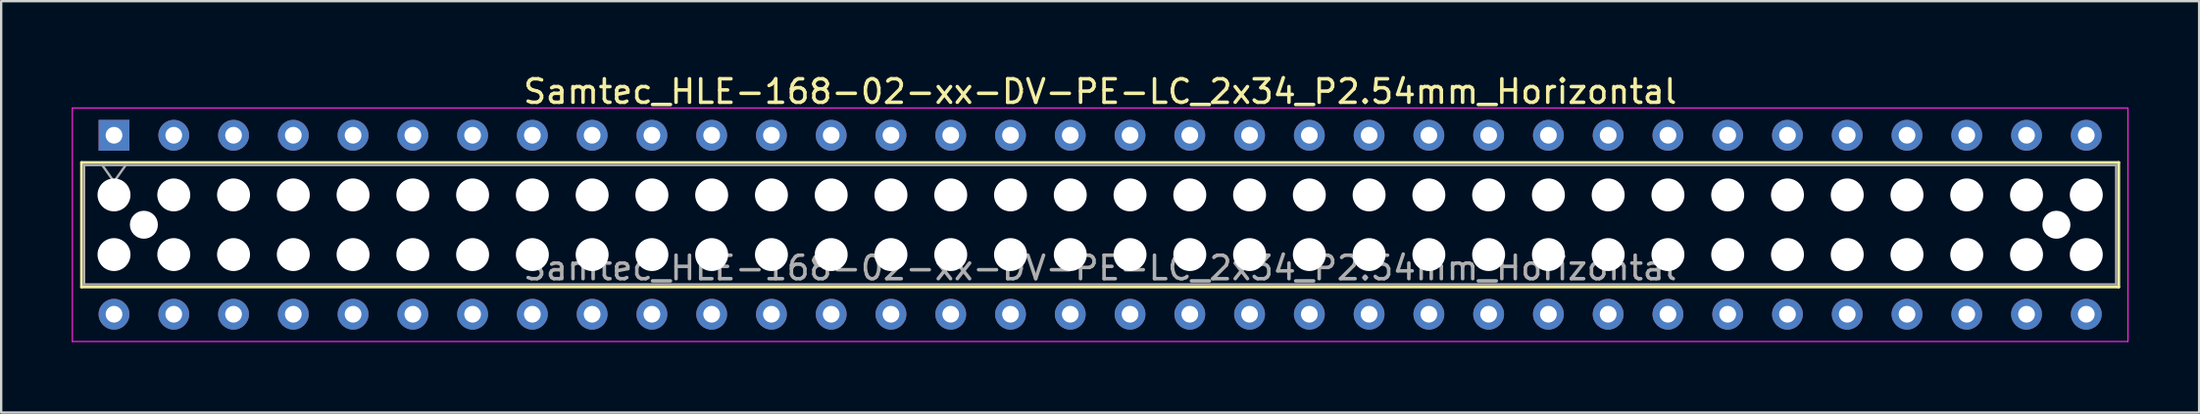
<source format=kicad_pcb>
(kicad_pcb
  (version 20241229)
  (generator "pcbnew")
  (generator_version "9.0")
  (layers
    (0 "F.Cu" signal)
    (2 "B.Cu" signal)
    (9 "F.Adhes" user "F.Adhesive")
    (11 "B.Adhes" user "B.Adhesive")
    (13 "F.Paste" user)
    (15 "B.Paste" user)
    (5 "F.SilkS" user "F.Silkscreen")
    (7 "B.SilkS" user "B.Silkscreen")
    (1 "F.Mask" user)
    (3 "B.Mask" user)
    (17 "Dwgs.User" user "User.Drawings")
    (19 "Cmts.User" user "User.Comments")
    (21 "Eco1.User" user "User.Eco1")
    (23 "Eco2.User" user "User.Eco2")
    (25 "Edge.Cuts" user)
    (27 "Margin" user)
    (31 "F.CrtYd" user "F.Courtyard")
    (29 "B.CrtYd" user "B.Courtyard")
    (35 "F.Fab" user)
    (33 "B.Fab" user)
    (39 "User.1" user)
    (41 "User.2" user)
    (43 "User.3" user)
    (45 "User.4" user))
  (footprint "Samtec_HLE-168-02-xx-DV-PE-LC_2x34_P2.54mm_Horizontal"
    (layer "F.Cu")
    (at 1.795 2.708)
    (property "Reference" "Samtec_HLE-168-02-xx-DV-PE-LC_2x34_P2.54mm_Horizontal" (at 41.91 -1.86 0) (layer "F.SilkS") (effects (font (size 1 1) (thickness 0.15))))
    (attr through_hole)
    (fp_line (start -1.38 1.16) (end 85.2 1.16) (stroke (width 0.12) (type solid)) (layer "F.SilkS"))
    (fp_line (start -1.38 6.46) (end -1.38 1.16) (stroke (width 0.12) (type solid)) (layer "F.SilkS"))
    (fp_line (start 85.2 1.16) (end 85.2 6.46) (stroke (width 0.12) (type solid)) (layer "F.SilkS"))
    (fp_line (start 85.2 6.46) (end -1.38 6.46) (stroke (width 0.12) (type solid)) (layer "F.SilkS"))
    (fp_line (start -1.77 -1.16) (end 85.59 -1.16) (stroke (width 0.05) (type solid)) (layer "F.CrtYd"))
    (fp_line (start -1.77 8.78) (end -1.77 -1.16) (stroke (width 0.05) (type solid)) (layer "F.CrtYd"))
    (fp_line (start 85.59 -1.16) (end 85.59 8.78) (stroke (width 0.05) (type solid)) (layer "F.CrtYd"))
    (fp_line (start 85.59 8.78) (end -1.77 8.78) (stroke (width 0.05) (type solid)) (layer "F.CrtYd"))
    (fp_line (start -1.27 1.27) (end 85.09 1.27) (stroke (width 0.1) (type solid)) (layer "F.Fab"))
    (fp_line (start -1.27 6.35) (end -1.27 1.27) (stroke (width 0.1) (type solid)) (layer "F.Fab"))
    (fp_line (start -0.5 1.27) (end 0 1.977) (stroke (width 0.1) (type solid)) (layer "F.Fab"))
    (fp_line (start 0 1.977) (end 0.5 1.27) (stroke (width 0.1) (type solid)) (layer "F.Fab"))
    (fp_line (start 85.09 1.27) (end 85.09 6.35) (stroke (width 0.1) (type solid)) (layer "F.Fab"))
    (fp_line (start 85.09 6.35) (end -1.27 6.35) (stroke (width 0.1) (type solid)) (layer "F.Fab"))
    (fp_text user "${REFERENCE}" (at 41.91 5.65 0) (layer "F.Fab") (effects (font (size 1 1) (thickness 0.15))))
    (pad "" np_thru_hole circle (at 0 2.54) (size 1.4 1.4) (drill 1.4) (layers "*.Cu" "*.Mask"))
    (pad "" np_thru_hole circle (at 0 5.08) (size 1.4 1.4) (drill 1.4) (layers "*.Cu" "*.Mask"))
    (pad "" np_thru_hole circle (at 1.27 3.81) (size 1.19 1.19) (drill 1.19) (layers "*.Cu" "*.Mask"))
    (pad "" np_thru_hole circle (at 2.54 2.54) (size 1.4 1.4) (drill 1.4) (layers "*.Cu" "*.Mask"))
    (pad "" np_thru_hole circle (at 2.54 5.08) (size 1.4 1.4) (drill 1.4) (layers "*.Cu" "*.Mask"))
    (pad "" np_thru_hole circle (at 5.08 2.54) (size 1.4 1.4) (drill 1.4) (layers "*.Cu" "*.Mask"))
    (pad "" np_thru_hole circle (at 5.08 5.08) (size 1.4 1.4) (drill 1.4) (layers "*.Cu" "*.Mask"))
    (pad "" np_thru_hole circle (at 7.62 2.54) (size 1.4 1.4) (drill 1.4) (layers "*.Cu" "*.Mask"))
    (pad "" np_thru_hole circle (at 7.62 5.08) (size 1.4 1.4) (drill 1.4) (layers "*.Cu" "*.Mask"))
    (pad "" np_thru_hole circle (at 10.16 2.54) (size 1.4 1.4) (drill 1.4) (layers "*.Cu" "*.Mask"))
    (pad "" np_thru_hole circle (at 10.16 5.08) (size 1.4 1.4) (drill 1.4) (layers "*.Cu" "*.Mask"))
    (pad "" np_thru_hole circle (at 12.7 2.54) (size 1.4 1.4) (drill 1.4) (layers "*.Cu" "*.Mask"))
    (pad "" np_thru_hole circle (at 12.7 5.08) (size 1.4 1.4) (drill 1.4) (layers "*.Cu" "*.Mask"))
    (pad "" np_thru_hole circle (at 15.24 2.54) (size 1.4 1.4) (drill 1.4) (layers "*.Cu" "*.Mask"))
    (pad "" np_thru_hole circle (at 15.24 5.08) (size 1.4 1.4) (drill 1.4) (layers "*.Cu" "*.Mask"))
    (pad "" np_thru_hole circle (at 17.78 2.54) (size 1.4 1.4) (drill 1.4) (layers "*.Cu" "*.Mask"))
    (pad "" np_thru_hole circle (at 17.78 5.08) (size 1.4 1.4) (drill 1.4) (layers "*.Cu" "*.Mask"))
    (pad "" np_thru_hole circle (at 20.32 2.54) (size 1.4 1.4) (drill 1.4) (layers "*.Cu" "*.Mask"))
    (pad "" np_thru_hole circle (at 20.32 5.08) (size 1.4 1.4) (drill 1.4) (layers "*.Cu" "*.Mask"))
    (pad "" np_thru_hole circle (at 22.86 2.54) (size 1.4 1.4) (drill 1.4) (layers "*.Cu" "*.Mask"))
    (pad "" np_thru_hole circle (at 22.86 5.08) (size 1.4 1.4) (drill 1.4) (layers "*.Cu" "*.Mask"))
    (pad "" np_thru_hole circle (at 25.4 2.54) (size 1.4 1.4) (drill 1.4) (layers "*.Cu" "*.Mask"))
    (pad "" np_thru_hole circle (at 25.4 5.08) (size 1.4 1.4) (drill 1.4) (layers "*.Cu" "*.Mask"))
    (pad "" np_thru_hole circle (at 27.94 2.54) (size 1.4 1.4) (drill 1.4) (layers "*.Cu" "*.Mask"))
    (pad "" np_thru_hole circle (at 27.94 5.08) (size 1.4 1.4) (drill 1.4) (layers "*.Cu" "*.Mask"))
    (pad "" np_thru_hole circle (at 30.48 2.54) (size 1.4 1.4) (drill 1.4) (layers "*.Cu" "*.Mask"))
    (pad "" np_thru_hole circle (at 30.48 5.08) (size 1.4 1.4) (drill 1.4) (layers "*.Cu" "*.Mask"))
    (pad "" np_thru_hole circle (at 33.02 2.54) (size 1.4 1.4) (drill 1.4) (layers "*.Cu" "*.Mask"))
    (pad "" np_thru_hole circle (at 33.02 5.08) (size 1.4 1.4) (drill 1.4) (layers "*.Cu" "*.Mask"))
    (pad "" np_thru_hole circle (at 35.56 2.54) (size 1.4 1.4) (drill 1.4) (layers "*.Cu" "*.Mask"))
    (pad "" np_thru_hole circle (at 35.56 5.08) (size 1.4 1.4) (drill 1.4) (layers "*.Cu" "*.Mask"))
    (pad "" np_thru_hole circle (at 38.1 2.54) (size 1.4 1.4) (drill 1.4) (layers "*.Cu" "*.Mask"))
    (pad "" np_thru_hole circle (at 38.1 5.08) (size 1.4 1.4) (drill 1.4) (layers "*.Cu" "*.Mask"))
    (pad "" np_thru_hole circle (at 40.64 2.54) (size 1.4 1.4) (drill 1.4) (layers "*.Cu" "*.Mask"))
    (pad "" np_thru_hole circle (at 40.64 5.08) (size 1.4 1.4) (drill 1.4) (layers "*.Cu" "*.Mask"))
    (pad "" np_thru_hole circle (at 43.18 2.54) (size 1.4 1.4) (drill 1.4) (layers "*.Cu" "*.Mask"))
    (pad "" np_thru_hole circle (at 43.18 5.08) (size 1.4 1.4) (drill 1.4) (layers "*.Cu" "*.Mask"))
    (pad "" np_thru_hole circle (at 45.72 2.54) (size 1.4 1.4) (drill 1.4) (layers "*.Cu" "*.Mask"))
    (pad "" np_thru_hole circle (at 45.72 5.08) (size 1.4 1.4) (drill 1.4) (layers "*.Cu" "*.Mask"))
    (pad "" np_thru_hole circle (at 48.26 2.54) (size 1.4 1.4) (drill 1.4) (layers "*.Cu" "*.Mask"))
    (pad "" np_thru_hole circle (at 48.26 5.08) (size 1.4 1.4) (drill 1.4) (layers "*.Cu" "*.Mask"))
    (pad "" np_thru_hole circle (at 50.8 2.54) (size 1.4 1.4) (drill 1.4) (layers "*.Cu" "*.Mask"))
    (pad "" np_thru_hole circle (at 50.8 5.08) (size 1.4 1.4) (drill 1.4) (layers "*.Cu" "*.Mask"))
    (pad "" np_thru_hole circle (at 53.34 2.54) (size 1.4 1.4) (drill 1.4) (layers "*.Cu" "*.Mask"))
    (pad "" np_thru_hole circle (at 53.34 5.08) (size 1.4 1.4) (drill 1.4) (layers "*.Cu" "*.Mask"))
    (pad "" np_thru_hole circle (at 55.88 2.54) (size 1.4 1.4) (drill 1.4) (layers "*.Cu" "*.Mask"))
    (pad "" np_thru_hole circle (at 55.88 5.08) (size 1.4 1.4) (drill 1.4) (layers "*.Cu" "*.Mask"))
    (pad "" np_thru_hole circle (at 58.42 2.54) (size 1.4 1.4) (drill 1.4) (layers "*.Cu" "*.Mask"))
    (pad "" np_thru_hole circle (at 58.42 5.08) (size 1.4 1.4) (drill 1.4) (layers "*.Cu" "*.Mask"))
    (pad "" np_thru_hole circle (at 60.96 2.54) (size 1.4 1.4) (drill 1.4) (layers "*.Cu" "*.Mask"))
    (pad "" np_thru_hole circle (at 60.96 5.08) (size 1.4 1.4) (drill 1.4) (layers "*.Cu" "*.Mask"))
    (pad "" np_thru_hole circle (at 63.5 2.54) (size 1.4 1.4) (drill 1.4) (layers "*.Cu" "*.Mask"))
    (pad "" np_thru_hole circle (at 63.5 5.08) (size 1.4 1.4) (drill 1.4) (layers "*.Cu" "*.Mask"))
    (pad "" np_thru_hole circle (at 66.04 2.54) (size 1.4 1.4) (drill 1.4) (layers "*.Cu" "*.Mask"))
    (pad "" np_thru_hole circle (at 66.04 5.08) (size 1.4 1.4) (drill 1.4) (layers "*.Cu" "*.Mask"))
    (pad "" np_thru_hole circle (at 68.58 2.54) (size 1.4 1.4) (drill 1.4) (layers "*.Cu" "*.Mask"))
    (pad "" np_thru_hole circle (at 68.58 5.08) (size 1.4 1.4) (drill 1.4) (layers "*.Cu" "*.Mask"))
    (pad "" np_thru_hole circle (at 71.12 2.54) (size 1.4 1.4) (drill 1.4) (layers "*.Cu" "*.Mask"))
    (pad "" np_thru_hole circle (at 71.12 5.08) (size 1.4 1.4) (drill 1.4) (layers "*.Cu" "*.Mask"))
    (pad "" np_thru_hole circle (at 73.66 2.54) (size 1.4 1.4) (drill 1.4) (layers "*.Cu" "*.Mask"))
    (pad "" np_thru_hole circle (at 73.66 5.08) (size 1.4 1.4) (drill 1.4) (layers "*.Cu" "*.Mask"))
    (pad "" np_thru_hole circle (at 76.2 2.54) (size 1.4 1.4) (drill 1.4) (layers "*.Cu" "*.Mask"))
    (pad "" np_thru_hole circle (at 76.2 5.08) (size 1.4 1.4) (drill 1.4) (layers "*.Cu" "*.Mask"))
    (pad "" np_thru_hole circle (at 78.74 2.54) (size 1.4 1.4) (drill 1.4) (layers "*.Cu" "*.Mask"))
    (pad "" np_thru_hole circle (at 78.74 5.08) (size 1.4 1.4) (drill 1.4) (layers "*.Cu" "*.Mask"))
    (pad "" np_thru_hole circle (at 81.28 2.54) (size 1.4 1.4) (drill 1.4) (layers "*.Cu" "*.Mask"))
    (pad "" np_thru_hole circle (at 81.28 5.08) (size 1.4 1.4) (drill 1.4) (layers "*.Cu" "*.Mask"))
    (pad "" np_thru_hole circle (at 82.55 3.81) (size 1.19 1.19) (drill 1.19) (layers "*.Cu" "*.Mask"))
    (pad "" np_thru_hole circle (at 83.82 2.54) (size 1.4 1.4) (drill 1.4) (layers "*.Cu" "*.Mask"))
    (pad "" np_thru_hole circle (at 83.82 5.08) (size 1.4 1.4) (drill 1.4) (layers "*.Cu" "*.Mask"))
    (pad "1" thru_hole rect (at 0 0) (size 1.31 1.31) (drill 0.71) (layers "*.Cu" "*.Mask"))
    (pad "2" thru_hole circle (at 0 7.62) (size 1.31 1.31) (drill 0.71) (layers "*.Cu" "*.Mask"))
    (pad "3" thru_hole circle (at 2.54 0) (size 1.31 1.31) (drill 0.71) (layers "*.Cu" "*.Mask"))
    (pad "4" thru_hole circle (at 2.54 7.62) (size 1.31 1.31) (drill 0.71) (layers "*.Cu" "*.Mask"))
    (pad "5" thru_hole circle (at 5.08 0) (size 1.31 1.31) (drill 0.71) (layers "*.Cu" "*.Mask"))
    (pad "6" thru_hole circle (at 5.08 7.62) (size 1.31 1.31) (drill 0.71) (layers "*.Cu" "*.Mask"))
    (pad "7" thru_hole circle (at 7.62 0) (size 1.31 1.31) (drill 0.71) (layers "*.Cu" "*.Mask"))
    (pad "8" thru_hole circle (at 7.62 7.62) (size 1.31 1.31) (drill 0.71) (layers "*.Cu" "*.Mask"))
    (pad "9" thru_hole circle (at 10.16 0) (size 1.31 1.31) (drill 0.71) (layers "*.Cu" "*.Mask"))
    (pad "10" thru_hole circle (at 10.16 7.62) (size 1.31 1.31) (drill 0.71) (layers "*.Cu" "*.Mask"))
    (pad "11" thru_hole circle (at 12.7 0) (size 1.31 1.31) (drill 0.71) (layers "*.Cu" "*.Mask"))
    (pad "12" thru_hole circle (at 12.7 7.62) (size 1.31 1.31) (drill 0.71) (layers "*.Cu" "*.Mask"))
    (pad "13" thru_hole circle (at 15.24 0) (size 1.31 1.31) (drill 0.71) (layers "*.Cu" "*.Mask"))
    (pad "14" thru_hole circle (at 15.24 7.62) (size 1.31 1.31) (drill 0.71) (layers "*.Cu" "*.Mask"))
    (pad "15" thru_hole circle (at 17.78 0) (size 1.31 1.31) (drill 0.71) (layers "*.Cu" "*.Mask"))
    (pad "16" thru_hole circle (at 17.78 7.62) (size 1.31 1.31) (drill 0.71) (layers "*.Cu" "*.Mask"))
    (pad "17" thru_hole circle (at 20.32 0) (size 1.31 1.31) (drill 0.71) (layers "*.Cu" "*.Mask"))
    (pad "18" thru_hole circle (at 20.32 7.62) (size 1.31 1.31) (drill 0.71) (layers "*.Cu" "*.Mask"))
    (pad "19" thru_hole circle (at 22.86 0) (size 1.31 1.31) (drill 0.71) (layers "*.Cu" "*.Mask"))
    (pad "20" thru_hole circle (at 22.86 7.62) (size 1.31 1.31) (drill 0.71) (layers "*.Cu" "*.Mask"))
    (pad "21" thru_hole circle (at 25.4 0) (size 1.31 1.31) (drill 0.71) (layers "*.Cu" "*.Mask"))
    (pad "22" thru_hole circle (at 25.4 7.62) (size 1.31 1.31) (drill 0.71) (layers "*.Cu" "*.Mask"))
    (pad "23" thru_hole circle (at 27.94 0) (size 1.31 1.31) (drill 0.71) (layers "*.Cu" "*.Mask"))
    (pad "24" thru_hole circle (at 27.94 7.62) (size 1.31 1.31) (drill 0.71) (layers "*.Cu" "*.Mask"))
    (pad "25" thru_hole circle (at 30.48 0) (size 1.31 1.31) (drill 0.71) (layers "*.Cu" "*.Mask"))
    (pad "26" thru_hole circle (at 30.48 7.62) (size 1.31 1.31) (drill 0.71) (layers "*.Cu" "*.Mask"))
    (pad "27" thru_hole circle (at 33.02 0) (size 1.31 1.31) (drill 0.71) (layers "*.Cu" "*.Mask"))
    (pad "28" thru_hole circle (at 33.02 7.62) (size 1.31 1.31) (drill 0.71) (layers "*.Cu" "*.Mask"))
    (pad "29" thru_hole circle (at 35.56 0) (size 1.31 1.31) (drill 0.71) (layers "*.Cu" "*.Mask"))
    (pad "30" thru_hole circle (at 35.56 7.62) (size 1.31 1.31) (drill 0.71) (layers "*.Cu" "*.Mask"))
    (pad "31" thru_hole circle (at 38.1 0) (size 1.31 1.31) (drill 0.71) (layers "*.Cu" "*.Mask"))
    (pad "32" thru_hole circle (at 38.1 7.62) (size 1.31 1.31) (drill 0.71) (layers "*.Cu" "*.Mask"))
    (pad "33" thru_hole circle (at 40.64 0) (size 1.31 1.31) (drill 0.71) (layers "*.Cu" "*.Mask"))
    (pad "34" thru_hole circle (at 40.64 7.62) (size 1.31 1.31) (drill 0.71) (layers "*.Cu" "*.Mask"))
    (pad "35" thru_hole circle (at 43.18 0) (size 1.31 1.31) (drill 0.71) (layers "*.Cu" "*.Mask"))
    (pad "36" thru_hole circle (at 43.18 7.62) (size 1.31 1.31) (drill 0.71) (layers "*.Cu" "*.Mask"))
    (pad "37" thru_hole circle (at 45.72 0) (size 1.31 1.31) (drill 0.71) (layers "*.Cu" "*.Mask"))
    (pad "38" thru_hole circle (at 45.72 7.62) (size 1.31 1.31) (drill 0.71) (layers "*.Cu" "*.Mask"))
    (pad "39" thru_hole circle (at 48.26 0) (size 1.31 1.31) (drill 0.71) (layers "*.Cu" "*.Mask"))
    (pad "40" thru_hole circle (at 48.26 7.62) (size 1.31 1.31) (drill 0.71) (layers "*.Cu" "*.Mask"))
    (pad "41" thru_hole circle (at 50.8 0) (size 1.31 1.31) (drill 0.71) (layers "*.Cu" "*.Mask"))
    (pad "42" thru_hole circle (at 50.8 7.62) (size 1.31 1.31) (drill 0.71) (layers "*.Cu" "*.Mask"))
    (pad "43" thru_hole circle (at 53.34 0) (size 1.31 1.31) (drill 0.71) (layers "*.Cu" "*.Mask"))
    (pad "44" thru_hole circle (at 53.34 7.62) (size 1.31 1.31) (drill 0.71) (layers "*.Cu" "*.Mask"))
    (pad "45" thru_hole circle (at 55.88 0) (size 1.31 1.31) (drill 0.71) (layers "*.Cu" "*.Mask"))
    (pad "46" thru_hole circle (at 55.88 7.62) (size 1.31 1.31) (drill 0.71) (layers "*.Cu" "*.Mask"))
    (pad "47" thru_hole circle (at 58.42 0) (size 1.31 1.31) (drill 0.71) (layers "*.Cu" "*.Mask"))
    (pad "48" thru_hole circle (at 58.42 7.62) (size 1.31 1.31) (drill 0.71) (layers "*.Cu" "*.Mask"))
    (pad "49" thru_hole circle (at 60.96 0) (size 1.31 1.31) (drill 0.71) (layers "*.Cu" "*.Mask"))
    (pad "50" thru_hole circle (at 60.96 7.62) (size 1.31 1.31) (drill 0.71) (layers "*.Cu" "*.Mask"))
    (pad "51" thru_hole circle (at 63.5 0) (size 1.31 1.31) (drill 0.71) (layers "*.Cu" "*.Mask"))
    (pad "52" thru_hole circle (at 63.5 7.62) (size 1.31 1.31) (drill 0.71) (layers "*.Cu" "*.Mask"))
    (pad "53" thru_hole circle (at 66.04 0) (size 1.31 1.31) (drill 0.71) (layers "*.Cu" "*.Mask"))
    (pad "54" thru_hole circle (at 66.04 7.62) (size 1.31 1.31) (drill 0.71) (layers "*.Cu" "*.Mask"))
    (pad "55" thru_hole circle (at 68.58 0) (size 1.31 1.31) (drill 0.71) (layers "*.Cu" "*.Mask"))
    (pad "56" thru_hole circle (at 68.58 7.62) (size 1.31 1.31) (drill 0.71) (layers "*.Cu" "*.Mask"))
    (pad "57" thru_hole circle (at 71.12 0) (size 1.31 1.31) (drill 0.71) (layers "*.Cu" "*.Mask"))
    (pad "58" thru_hole circle (at 71.12 7.62) (size 1.31 1.31) (drill 0.71) (layers "*.Cu" "*.Mask"))
    (pad "59" thru_hole circle (at 73.66 0) (size 1.31 1.31) (drill 0.71) (layers "*.Cu" "*.Mask"))
    (pad "60" thru_hole circle (at 73.66 7.62) (size 1.31 1.31) (drill 0.71) (layers "*.Cu" "*.Mask"))
    (pad "61" thru_hole circle (at 76.2 0) (size 1.31 1.31) (drill 0.71) (layers "*.Cu" "*.Mask"))
    (pad "62" thru_hole circle (at 76.2 7.62) (size 1.31 1.31) (drill 0.71) (layers "*.Cu" "*.Mask"))
    (pad "63" thru_hole circle (at 78.74 0) (size 1.31 1.31) (drill 0.71) (layers "*.Cu" "*.Mask"))
    (pad "64" thru_hole circle (at 78.74 7.62) (size 1.31 1.31) (drill 0.71) (layers "*.Cu" "*.Mask"))
    (pad "65" thru_hole circle (at 81.28 0) (size 1.31 1.31) (drill 0.71) (layers "*.Cu" "*.Mask"))
    (pad "66" thru_hole circle (at 81.28 7.62) (size 1.31 1.31) (drill 0.71) (layers "*.Cu" "*.Mask"))
    (pad "67" thru_hole circle (at 83.82 0) (size 1.31 1.31) (drill 0.71) (layers "*.Cu" "*.Mask"))
    (pad "68" thru_hole circle (at 83.82 7.62) (size 1.31 1.31) (drill 0.71) (layers "*.Cu" "*.Mask")))
  (gr_rect
    (start -3 -3)
    (end 90.41 14.513)
    (stroke (width 0.1) (type default))
    (fill no)
    (layer "Edge.Cuts")))
</source>
